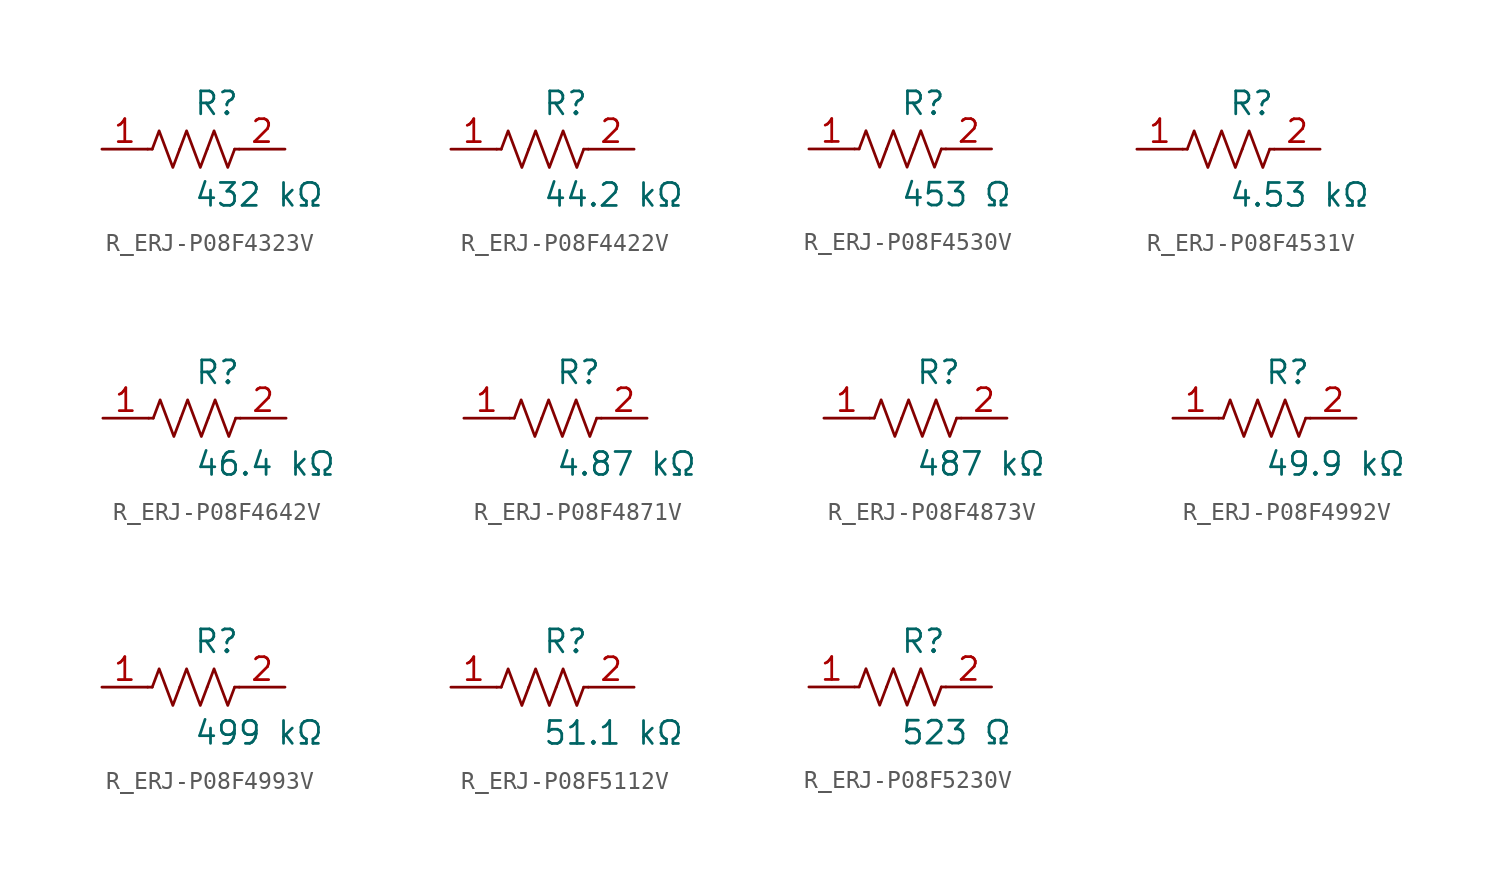
<source format=kicad_sym>
(kicad_symbol_lib
  (version 20231120)
  (generator kicad_symbol_editor)
  (generator_version 8.0)
  (symbol "R_ERJ-P08F4323V"
    (pin_names
      (offset 0.254))
    (property "Reference" "R"
      (at 0.0 2.54 0)
      (effects (font (size 1.27 1.27)) (justify left)))
    (property "Value" "432 kΩ"
      (at 0.0 -2.54 0)
      (effects (font (size 1.27 1.27)) (justify left)))
    (symbol "R_ERJ-P08F4323V_0_1"
      (polyline (pts (xy 2.286 0) (xy 2.54 0)) (stroke (width 0) (type default)) (fill (type none)))
      (polyline (pts (xy -2.286 0) (xy -2.54 0)) (stroke (width 0) (type default)) (fill (type none)))
      (polyline (pts (xy 0.762 0) (xy 1.143 1.016) (xy 1.524 0) (xy 1.905 -1.016) (xy 2.286 0)) (stroke (width 0) (type default)) (fill (type none)))
      (polyline (pts (xy -0.762 0) (xy -0.381 1.016) (xy 0 0) (xy 0.381 -1.016) (xy 0.762 0)) (stroke (width 0) (type default)) (fill (type none)))
      (polyline (pts (xy -2.286 0) (xy -1.905 1.016) (xy -1.524 0) (xy -1.143 -1.016) (xy -0.762 0)) (stroke (width 0) (type default)) (fill (type none))))
    (pin unspecified line
      (at -5.08 0 0)
      (length 2.54)
      (name "" (effects (font (size 1.27 1.27))))
      (number "1" (effects (font (size 1.27 1.27)))))
    (pin unspecified line
      (at 5.08 0 180)
      (length 2.54)
      (name "" (effects (font (size 1.27 1.27))))
      (number "2" (effects (font (size 1.27 1.27))))))
  (symbol "R_ERJ-P08F4422V"
    (pin_names
      (offset 0.254))
    (property "Reference" "R"
      (at 0.0 2.54 0)
      (effects (font (size 1.27 1.27)) (justify left)))
    (property "Value" "44.2 kΩ"
      (at 0.0 -2.54 0)
      (effects (font (size 1.27 1.27)) (justify left)))
    (symbol "R_ERJ-P08F4422V_0_1"
      (polyline (pts (xy 2.286 0) (xy 2.54 0)) (stroke (width 0) (type default)) (fill (type none)))
      (polyline (pts (xy -2.286 0) (xy -2.54 0)) (stroke (width 0) (type default)) (fill (type none)))
      (polyline (pts (xy 0.762 0) (xy 1.143 1.016) (xy 1.524 0) (xy 1.905 -1.016) (xy 2.286 0)) (stroke (width 0) (type default)) (fill (type none)))
      (polyline (pts (xy -0.762 0) (xy -0.381 1.016) (xy 0 0) (xy 0.381 -1.016) (xy 0.762 0)) (stroke (width 0) (type default)) (fill (type none)))
      (polyline (pts (xy -2.286 0) (xy -1.905 1.016) (xy -1.524 0) (xy -1.143 -1.016) (xy -0.762 0)) (stroke (width 0) (type default)) (fill (type none))))
    (pin unspecified line
      (at -5.08 0 0)
      (length 2.54)
      (name "" (effects (font (size 1.27 1.27))))
      (number "1" (effects (font (size 1.27 1.27)))))
    (pin unspecified line
      (at 5.08 0 180)
      (length 2.54)
      (name "" (effects (font (size 1.27 1.27))))
      (number "2" (effects (font (size 1.27 1.27))))))
  (symbol "R_ERJ-P08F4530V"
    (pin_names
      (offset 0.254))
    (property "Reference" "R"
      (at 0.0 2.54 0)
      (effects (font (size 1.27 1.27)) (justify left)))
    (property "Value" "453 Ω"
      (at 0.0 -2.54 0)
      (effects (font (size 1.27 1.27)) (justify left)))
    (symbol "R_ERJ-P08F4530V_0_1"
      (polyline (pts (xy 2.286 0) (xy 2.54 0)) (stroke (width 0) (type default)) (fill (type none)))
      (polyline (pts (xy -2.286 0) (xy -2.54 0)) (stroke (width 0) (type default)) (fill (type none)))
      (polyline (pts (xy 0.762 0) (xy 1.143 1.016) (xy 1.524 0) (xy 1.905 -1.016) (xy 2.286 0)) (stroke (width 0) (type default)) (fill (type none)))
      (polyline (pts (xy -0.762 0) (xy -0.381 1.016) (xy 0 0) (xy 0.381 -1.016) (xy 0.762 0)) (stroke (width 0) (type default)) (fill (type none)))
      (polyline (pts (xy -2.286 0) (xy -1.905 1.016) (xy -1.524 0) (xy -1.143 -1.016) (xy -0.762 0)) (stroke (width 0) (type default)) (fill (type none))))
    (pin unspecified line
      (at -5.08 0 0)
      (length 2.54)
      (name "" (effects (font (size 1.27 1.27))))
      (number "1" (effects (font (size 1.27 1.27)))))
    (pin unspecified line
      (at 5.08 0 180)
      (length 2.54)
      (name "" (effects (font (size 1.27 1.27))))
      (number "2" (effects (font (size 1.27 1.27))))))
  (symbol "R_ERJ-P08F4531V"
    (pin_names
      (offset 0.254))
    (property "Reference" "R"
      (at 0.0 2.54 0)
      (effects (font (size 1.27 1.27)) (justify left)))
    (property "Value" "4.53 kΩ"
      (at 0.0 -2.54 0)
      (effects (font (size 1.27 1.27)) (justify left)))
    (symbol "R_ERJ-P08F4531V_0_1"
      (polyline (pts (xy 2.286 0) (xy 2.54 0)) (stroke (width 0) (type default)) (fill (type none)))
      (polyline (pts (xy -2.286 0) (xy -2.54 0)) (stroke (width 0) (type default)) (fill (type none)))
      (polyline (pts (xy 0.762 0) (xy 1.143 1.016) (xy 1.524 0) (xy 1.905 -1.016) (xy 2.286 0)) (stroke (width 0) (type default)) (fill (type none)))
      (polyline (pts (xy -0.762 0) (xy -0.381 1.016) (xy 0 0) (xy 0.381 -1.016) (xy 0.762 0)) (stroke (width 0) (type default)) (fill (type none)))
      (polyline (pts (xy -2.286 0) (xy -1.905 1.016) (xy -1.524 0) (xy -1.143 -1.016) (xy -0.762 0)) (stroke (width 0) (type default)) (fill (type none))))
    (pin unspecified line
      (at -5.08 0 0)
      (length 2.54)
      (name "" (effects (font (size 1.27 1.27))))
      (number "1" (effects (font (size 1.27 1.27)))))
    (pin unspecified line
      (at 5.08 0 180)
      (length 2.54)
      (name "" (effects (font (size 1.27 1.27))))
      (number "2" (effects (font (size 1.27 1.27))))))
  (symbol "R_ERJ-P08F4642V"
    (pin_names
      (offset 0.254))
    (property "Reference" "R"
      (at 0.0 2.54 0)
      (effects (font (size 1.27 1.27)) (justify left)))
    (property "Value" "46.4 kΩ"
      (at 0.0 -2.54 0)
      (effects (font (size 1.27 1.27)) (justify left)))
    (symbol "R_ERJ-P08F4642V_0_1"
      (polyline (pts (xy 2.286 0) (xy 2.54 0)) (stroke (width 0) (type default)) (fill (type none)))
      (polyline (pts (xy -2.286 0) (xy -2.54 0)) (stroke (width 0) (type default)) (fill (type none)))
      (polyline (pts (xy 0.762 0) (xy 1.143 1.016) (xy 1.524 0) (xy 1.905 -1.016) (xy 2.286 0)) (stroke (width 0) (type default)) (fill (type none)))
      (polyline (pts (xy -0.762 0) (xy -0.381 1.016) (xy 0 0) (xy 0.381 -1.016) (xy 0.762 0)) (stroke (width 0) (type default)) (fill (type none)))
      (polyline (pts (xy -2.286 0) (xy -1.905 1.016) (xy -1.524 0) (xy -1.143 -1.016) (xy -0.762 0)) (stroke (width 0) (type default)) (fill (type none))))
    (pin unspecified line
      (at -5.08 0 0)
      (length 2.54)
      (name "" (effects (font (size 1.27 1.27))))
      (number "1" (effects (font (size 1.27 1.27)))))
    (pin unspecified line
      (at 5.08 0 180)
      (length 2.54)
      (name "" (effects (font (size 1.27 1.27))))
      (number "2" (effects (font (size 1.27 1.27))))))
  (symbol "R_ERJ-P08F4871V"
    (pin_names
      (offset 0.254))
    (property "Reference" "R"
      (at 0.0 2.54 0)
      (effects (font (size 1.27 1.27)) (justify left)))
    (property "Value" "4.87 kΩ"
      (at 0.0 -2.54 0)
      (effects (font (size 1.27 1.27)) (justify left)))
    (symbol "R_ERJ-P08F4871V_0_1"
      (polyline (pts (xy 2.286 0) (xy 2.54 0)) (stroke (width 0) (type default)) (fill (type none)))
      (polyline (pts (xy -2.286 0) (xy -2.54 0)) (stroke (width 0) (type default)) (fill (type none)))
      (polyline (pts (xy 0.762 0) (xy 1.143 1.016) (xy 1.524 0) (xy 1.905 -1.016) (xy 2.286 0)) (stroke (width 0) (type default)) (fill (type none)))
      (polyline (pts (xy -0.762 0) (xy -0.381 1.016) (xy 0 0) (xy 0.381 -1.016) (xy 0.762 0)) (stroke (width 0) (type default)) (fill (type none)))
      (polyline (pts (xy -2.286 0) (xy -1.905 1.016) (xy -1.524 0) (xy -1.143 -1.016) (xy -0.762 0)) (stroke (width 0) (type default)) (fill (type none))))
    (pin unspecified line
      (at -5.08 0 0)
      (length 2.54)
      (name "" (effects (font (size 1.27 1.27))))
      (number "1" (effects (font (size 1.27 1.27)))))
    (pin unspecified line
      (at 5.08 0 180)
      (length 2.54)
      (name "" (effects (font (size 1.27 1.27))))
      (number "2" (effects (font (size 1.27 1.27))))))
  (symbol "R_ERJ-P08F4873V"
    (pin_names
      (offset 0.254))
    (property "Reference" "R"
      (at 0.0 2.54 0)
      (effects (font (size 1.27 1.27)) (justify left)))
    (property "Value" "487 kΩ"
      (at 0.0 -2.54 0)
      (effects (font (size 1.27 1.27)) (justify left)))
    (symbol "R_ERJ-P08F4873V_0_1"
      (polyline (pts (xy 2.286 0) (xy 2.54 0)) (stroke (width 0) (type default)) (fill (type none)))
      (polyline (pts (xy -2.286 0) (xy -2.54 0)) (stroke (width 0) (type default)) (fill (type none)))
      (polyline (pts (xy 0.762 0) (xy 1.143 1.016) (xy 1.524 0) (xy 1.905 -1.016) (xy 2.286 0)) (stroke (width 0) (type default)) (fill (type none)))
      (polyline (pts (xy -0.762 0) (xy -0.381 1.016) (xy 0 0) (xy 0.381 -1.016) (xy 0.762 0)) (stroke (width 0) (type default)) (fill (type none)))
      (polyline (pts (xy -2.286 0) (xy -1.905 1.016) (xy -1.524 0) (xy -1.143 -1.016) (xy -0.762 0)) (stroke (width 0) (type default)) (fill (type none))))
    (pin unspecified line
      (at -5.08 0 0)
      (length 2.54)
      (name "" (effects (font (size 1.27 1.27))))
      (number "1" (effects (font (size 1.27 1.27)))))
    (pin unspecified line
      (at 5.08 0 180)
      (length 2.54)
      (name "" (effects (font (size 1.27 1.27))))
      (number "2" (effects (font (size 1.27 1.27))))))
  (symbol "R_ERJ-P08F4992V"
    (pin_names
      (offset 0.254))
    (property "Reference" "R"
      (at 0.0 2.54 0)
      (effects (font (size 1.27 1.27)) (justify left)))
    (property "Value" "49.9 kΩ"
      (at 0.0 -2.54 0)
      (effects (font (size 1.27 1.27)) (justify left)))
    (symbol "R_ERJ-P08F4992V_0_1"
      (polyline (pts (xy 2.286 0) (xy 2.54 0)) (stroke (width 0) (type default)) (fill (type none)))
      (polyline (pts (xy -2.286 0) (xy -2.54 0)) (stroke (width 0) (type default)) (fill (type none)))
      (polyline (pts (xy 0.762 0) (xy 1.143 1.016) (xy 1.524 0) (xy 1.905 -1.016) (xy 2.286 0)) (stroke (width 0) (type default)) (fill (type none)))
      (polyline (pts (xy -0.762 0) (xy -0.381 1.016) (xy 0 0) (xy 0.381 -1.016) (xy 0.762 0)) (stroke (width 0) (type default)) (fill (type none)))
      (polyline (pts (xy -2.286 0) (xy -1.905 1.016) (xy -1.524 0) (xy -1.143 -1.016) (xy -0.762 0)) (stroke (width 0) (type default)) (fill (type none))))
    (pin unspecified line
      (at -5.08 0 0)
      (length 2.54)
      (name "" (effects (font (size 1.27 1.27))))
      (number "1" (effects (font (size 1.27 1.27)))))
    (pin unspecified line
      (at 5.08 0 180)
      (length 2.54)
      (name "" (effects (font (size 1.27 1.27))))
      (number "2" (effects (font (size 1.27 1.27))))))
  (symbol "R_ERJ-P08F4993V"
    (pin_names
      (offset 0.254))
    (property "Reference" "R"
      (at 0.0 2.54 0)
      (effects (font (size 1.27 1.27)) (justify left)))
    (property "Value" "499 kΩ"
      (at 0.0 -2.54 0)
      (effects (font (size 1.27 1.27)) (justify left)))
    (symbol "R_ERJ-P08F4993V_0_1"
      (polyline (pts (xy 2.286 0) (xy 2.54 0)) (stroke (width 0) (type default)) (fill (type none)))
      (polyline (pts (xy -2.286 0) (xy -2.54 0)) (stroke (width 0) (type default)) (fill (type none)))
      (polyline (pts (xy 0.762 0) (xy 1.143 1.016) (xy 1.524 0) (xy 1.905 -1.016) (xy 2.286 0)) (stroke (width 0) (type default)) (fill (type none)))
      (polyline (pts (xy -0.762 0) (xy -0.381 1.016) (xy 0 0) (xy 0.381 -1.016) (xy 0.762 0)) (stroke (width 0) (type default)) (fill (type none)))
      (polyline (pts (xy -2.286 0) (xy -1.905 1.016) (xy -1.524 0) (xy -1.143 -1.016) (xy -0.762 0)) (stroke (width 0) (type default)) (fill (type none))))
    (pin unspecified line
      (at -5.08 0 0)
      (length 2.54)
      (name "" (effects (font (size 1.27 1.27))))
      (number "1" (effects (font (size 1.27 1.27)))))
    (pin unspecified line
      (at 5.08 0 180)
      (length 2.54)
      (name "" (effects (font (size 1.27 1.27))))
      (number "2" (effects (font (size 1.27 1.27))))))
  (symbol "R_ERJ-P08F5112V"
    (pin_names
      (offset 0.254))
    (property "Reference" "R"
      (at 0.0 2.54 0)
      (effects (font (size 1.27 1.27)) (justify left)))
    (property "Value" "51.1 kΩ"
      (at 0.0 -2.54 0)
      (effects (font (size 1.27 1.27)) (justify left)))
    (symbol "R_ERJ-P08F5112V_0_1"
      (polyline (pts (xy 2.286 0) (xy 2.54 0)) (stroke (width 0) (type default)) (fill (type none)))
      (polyline (pts (xy -2.286 0) (xy -2.54 0)) (stroke (width 0) (type default)) (fill (type none)))
      (polyline (pts (xy 0.762 0) (xy 1.143 1.016) (xy 1.524 0) (xy 1.905 -1.016) (xy 2.286 0)) (stroke (width 0) (type default)) (fill (type none)))
      (polyline (pts (xy -0.762 0) (xy -0.381 1.016) (xy 0 0) (xy 0.381 -1.016) (xy 0.762 0)) (stroke (width 0) (type default)) (fill (type none)))
      (polyline (pts (xy -2.286 0) (xy -1.905 1.016) (xy -1.524 0) (xy -1.143 -1.016) (xy -0.762 0)) (stroke (width 0) (type default)) (fill (type none))))
    (pin unspecified line
      (at -5.08 0 0)
      (length 2.54)
      (name "" (effects (font (size 1.27 1.27))))
      (number "1" (effects (font (size 1.27 1.27)))))
    (pin unspecified line
      (at 5.08 0 180)
      (length 2.54)
      (name "" (effects (font (size 1.27 1.27))))
      (number "2" (effects (font (size 1.27 1.27))))))
  (symbol "R_ERJ-P08F5230V"
    (pin_names
      (offset 0.254))
    (property "Reference" "R"
      (at 0.0 2.54 0)
      (effects (font (size 1.27 1.27)) (justify left)))
    (property "Value" "523 Ω"
      (at 0.0 -2.54 0)
      (effects (font (size 1.27 1.27)) (justify left)))
    (symbol "R_ERJ-P08F5230V_0_1"
      (polyline (pts (xy 2.286 0) (xy 2.54 0)) (stroke (width 0) (type default)) (fill (type none)))
      (polyline (pts (xy -2.286 0) (xy -2.54 0)) (stroke (width 0) (type default)) (fill (type none)))
      (polyline (pts (xy 0.762 0) (xy 1.143 1.016) (xy 1.524 0) (xy 1.905 -1.016) (xy 2.286 0)) (stroke (width 0) (type default)) (fill (type none)))
      (polyline (pts (xy -0.762 0) (xy -0.381 1.016) (xy 0 0) (xy 0.381 -1.016) (xy 0.762 0)) (stroke (width 0) (type default)) (fill (type none)))
      (polyline (pts (xy -2.286 0) (xy -1.905 1.016) (xy -1.524 0) (xy -1.143 -1.016) (xy -0.762 0)) (stroke (width 0) (type default)) (fill (type none))))
    (pin unspecified line
      (at -5.08 0 0)
      (length 2.54)
      (name "" (effects (font (size 1.27 1.27))))
      (number "1" (effects (font (size 1.27 1.27)))))
    (pin unspecified line
      (at 5.08 0 180)
      (length 2.54)
      (name "" (effects (font (size 1.27 1.27))))
      (number "2" (effects (font (size 1.27 1.27)))))))
</source>
